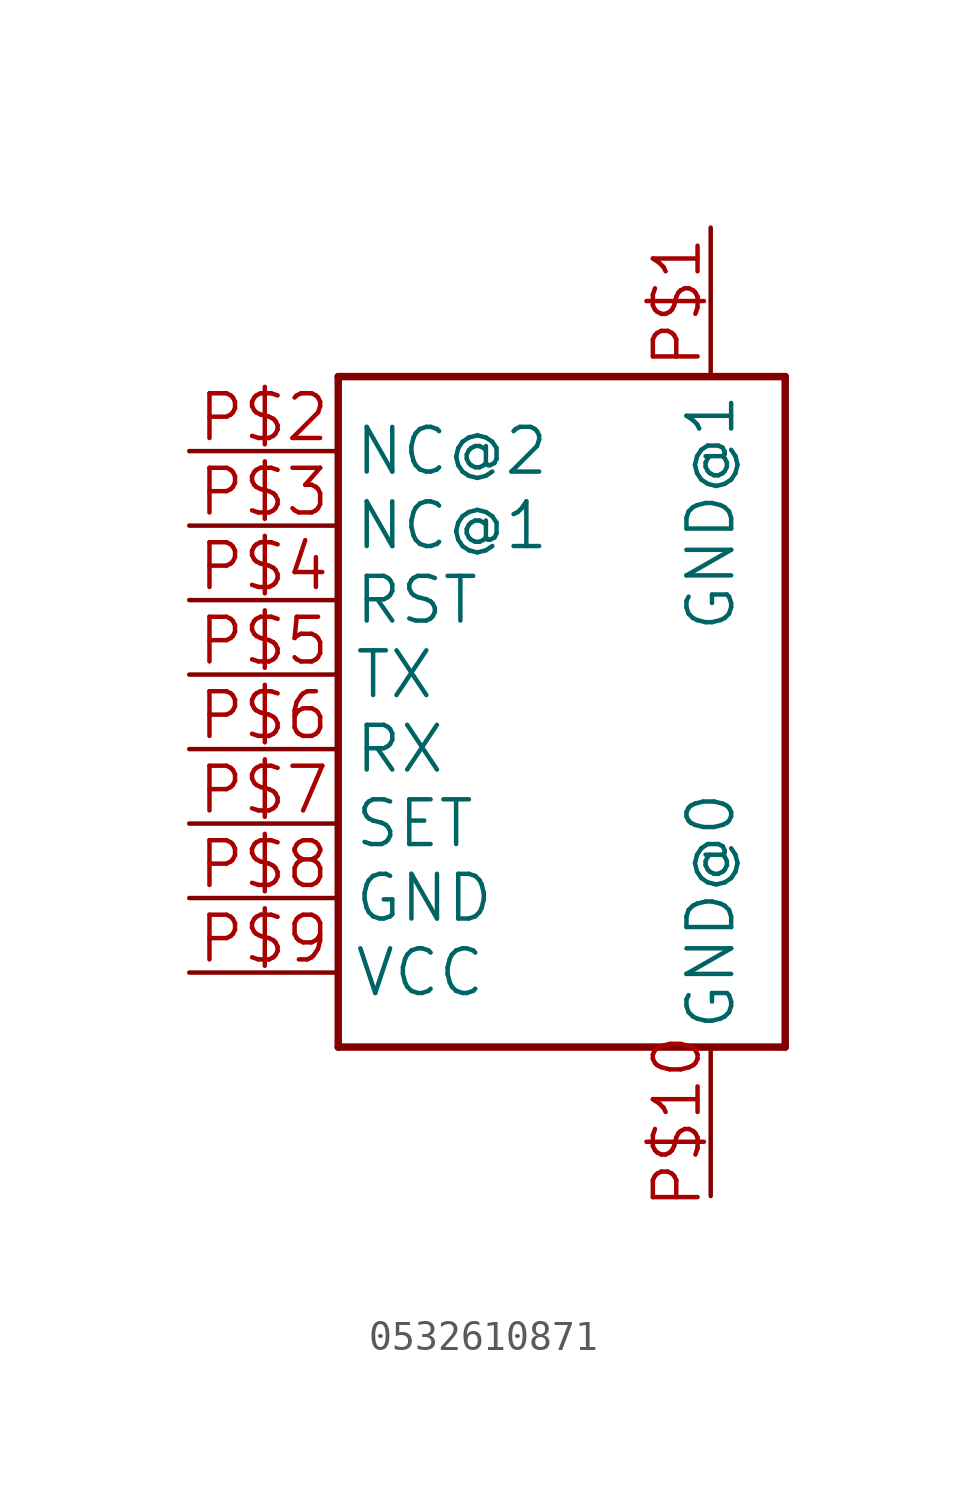
<source format=kicad_sym>
(kicad_symbol_lib
  (version 20241209)
  (generator "kicad_symbol_editor")
  (generator_version "9.0")
  (symbol "0532610871"
    (property "Reference" ""
      (at 0 0 0)
      (effects (font (size 1.27 1.27)) (hide yes)))
    (property "ki_locked" ""
      (at 0 0 0)
      (effects (font (size 1.27 1.27))))
    (symbol "0532610871_1_0"
      (polyline (pts (xy 0 22.86) (xy 15.24 22.86)) (stroke (width 0.254) (type solid)) (fill (type none)))
      (polyline (pts (xy 0 0) (xy 0 22.86)) (stroke (width 0.254) (type solid)) (fill (type none)))
      (polyline (pts (xy 15.24 22.86) (xy 15.24 0)) (stroke (width 0.254) (type solid)) (fill (type none)))
      (polyline (pts (xy 15.24 0) (xy 0 0)) (stroke (width 0.254) (type solid)) (fill (type none)))
      (pin bidirectional line (at -5.08 20.32 0) (length 5.08) (name "NC@2" (effects (font (size 1.524 1.524)))) (number "P$2" (effects (font (size 1.524 1.524)))))
      (pin bidirectional line (at -5.08 17.78 0) (length 5.08) (name "NC@1" (effects (font (size 1.524 1.524)))) (number "P$3" (effects (font (size 1.524 1.524)))))
      (pin bidirectional line (at -5.08 15.24 0) (length 5.08) (name "RST" (effects (font (size 1.524 1.524)))) (number "P$4" (effects (font (size 1.524 1.524)))))
      (pin bidirectional line (at -5.08 12.7 0) (length 5.08) (name "TX" (effects (font (size 1.524 1.524)))) (number "P$5" (effects (font (size 1.524 1.524)))))
      (pin bidirectional line (at -5.08 10.16 0) (length 5.08) (name "RX" (effects (font (size 1.524 1.524)))) (number "P$6" (effects (font (size 1.524 1.524)))))
      (pin bidirectional line (at -5.08 7.62 0) (length 5.08) (name "SET" (effects (font (size 1.524 1.524)))) (number "P$7" (effects (font (size 1.524 1.524)))))
      (pin bidirectional line (at -5.08 5.08 0) (length 5.08) (name "GND" (effects (font (size 1.524 1.524)))) (number "P$8" (effects (font (size 1.524 1.524)))))
      (pin bidirectional line (at -5.08 2.54 0) (length 5.08) (name "VCC" (effects (font (size 1.524 1.524)))) (number "P$9" (effects (font (size 1.524 1.524)))))
      (pin bidirectional line (at 12.7 27.94 270) (length 5.08) (name "GND@1" (effects (font (size 1.524 1.524)))) (number "P$1" (effects (font (size 1.524 1.524)))))
      (pin bidirectional line (at 12.7 -5.08 90) (length 5.08) (name "GND@0" (effects (font (size 1.524 1.524)))) (number "P$10" (effects (font (size 1.524 1.524))))))))
</source>
